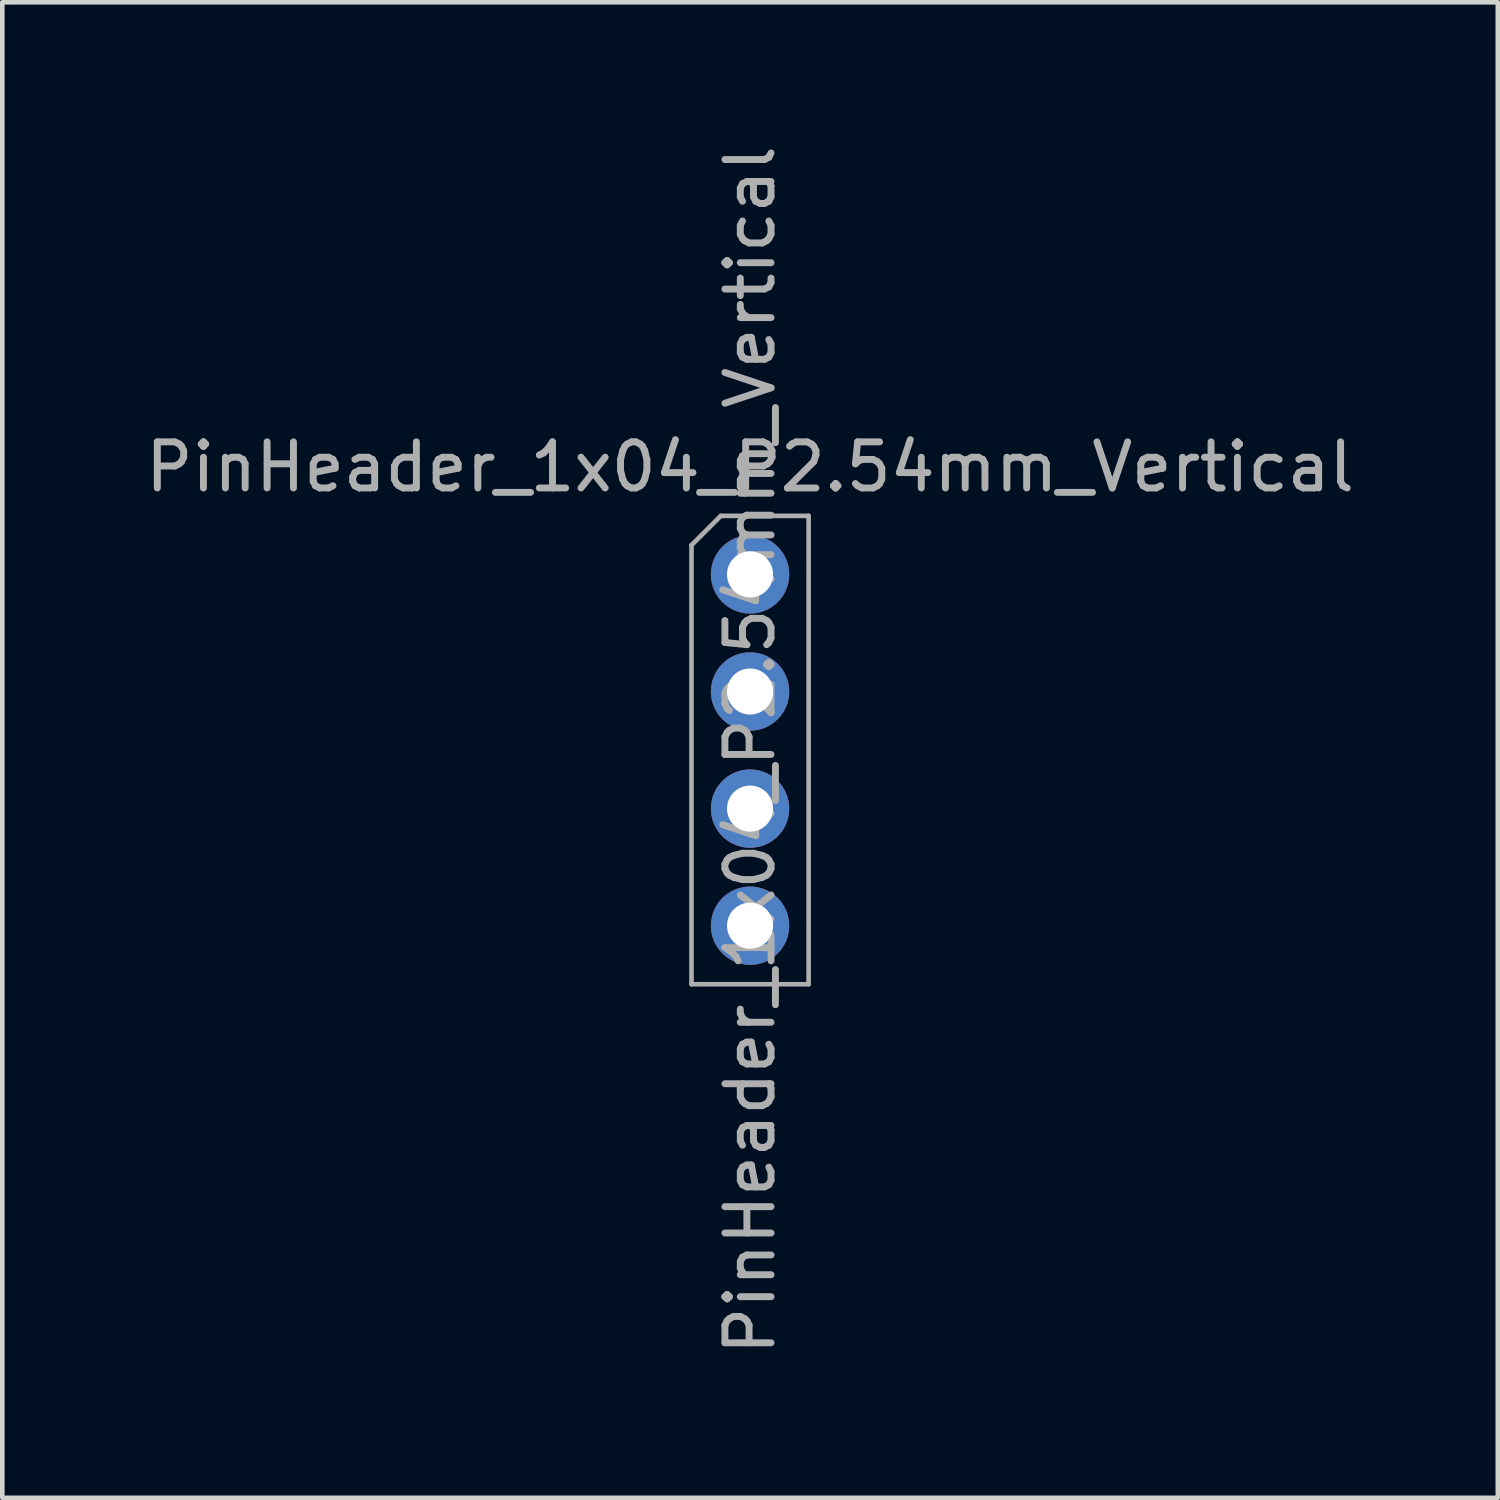
<source format=kicad_pcb>
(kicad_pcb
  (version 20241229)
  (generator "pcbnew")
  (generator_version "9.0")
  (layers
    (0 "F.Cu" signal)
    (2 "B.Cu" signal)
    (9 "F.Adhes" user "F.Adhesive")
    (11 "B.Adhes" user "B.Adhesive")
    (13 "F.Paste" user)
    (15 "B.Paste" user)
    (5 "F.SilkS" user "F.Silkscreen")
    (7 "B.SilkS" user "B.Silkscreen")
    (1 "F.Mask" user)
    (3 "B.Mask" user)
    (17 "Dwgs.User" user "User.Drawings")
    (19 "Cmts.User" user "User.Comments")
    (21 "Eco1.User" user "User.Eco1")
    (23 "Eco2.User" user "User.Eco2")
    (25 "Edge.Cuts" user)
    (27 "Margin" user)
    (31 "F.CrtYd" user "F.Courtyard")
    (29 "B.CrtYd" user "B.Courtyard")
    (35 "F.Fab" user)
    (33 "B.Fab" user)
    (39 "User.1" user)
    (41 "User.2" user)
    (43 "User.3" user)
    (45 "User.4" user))
  (footprint "PinHeader_1x04_P2.54mm_Vertical"
    (layer "F.Cu")
    (at 13.22 9.41)
    (property "Reference" "PinHeader_1x04_P2.54mm_Vertical" (at 0 -2.33 0) (layer "F.Fab") (effects (font (size 1 1) (thickness 0.15))))
    (attr through_hole)
    (fp_line (start -1.27 -0.635) (end -0.635 -1.27) (stroke (width 0.1) (type solid)) (layer "F.Fab"))
    (fp_line (start -1.27 8.89) (end -1.27 -0.635) (stroke (width 0.1) (type solid)) (layer "F.Fab"))
    (fp_line (start -0.635 -1.27) (end 1.27 -1.27) (stroke (width 0.1) (type solid)) (layer "F.Fab"))
    (fp_line (start 1.27 -1.27) (end 1.27 8.89) (stroke (width 0.1) (type solid)) (layer "F.Fab"))
    (fp_line (start 1.27 8.89) (end -1.27 8.89) (stroke (width 0.1) (type solid)) (layer "F.Fab"))
    (fp_text user "${REFERENCE}" (at 0 3.81 90) (layer "F.Fab") (effects (font (size 1 1) (thickness 0.15))))
    (pad "1" thru_hole circle (at 0 0) (size 1.7 1.7) (drill 1) (layers "*.Cu" "*.Mask"))
    (pad "2" thru_hole oval (at 0 2.54) (size 1.7 1.7) (drill 1) (layers "*.Cu" "*.Mask"))
    (pad "3" thru_hole oval (at 0 5.08) (size 1.7 1.7) (drill 1) (layers "*.Cu" "*.Mask"))
    (pad "4" thru_hole oval (at 0 7.62) (size 1.7 1.7) (drill 1) (layers "*.Cu" "*.Mask")))
  (gr_rect
    (start -3 -3)
    (end 29.44 29.44)
    (stroke (width 0.1) (type default))
    (fill no)
    (layer "Edge.Cuts")))
</source>
